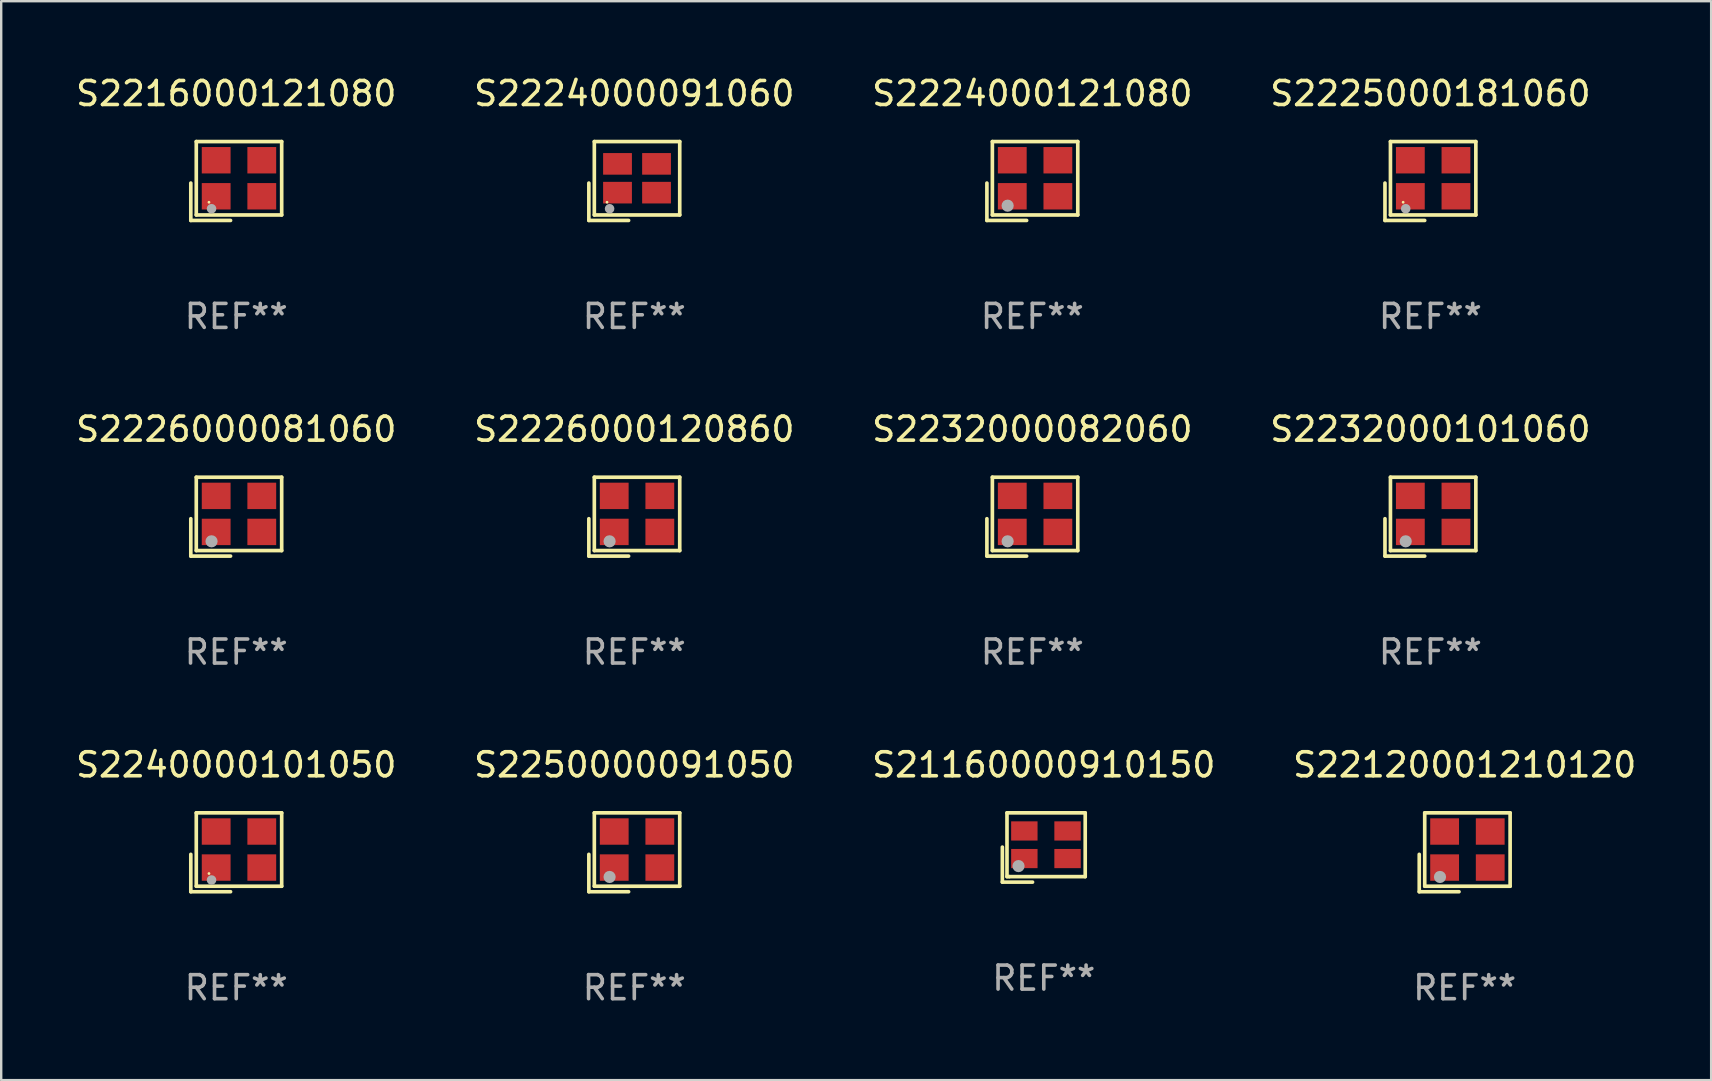
<source format=kicad_pcb>
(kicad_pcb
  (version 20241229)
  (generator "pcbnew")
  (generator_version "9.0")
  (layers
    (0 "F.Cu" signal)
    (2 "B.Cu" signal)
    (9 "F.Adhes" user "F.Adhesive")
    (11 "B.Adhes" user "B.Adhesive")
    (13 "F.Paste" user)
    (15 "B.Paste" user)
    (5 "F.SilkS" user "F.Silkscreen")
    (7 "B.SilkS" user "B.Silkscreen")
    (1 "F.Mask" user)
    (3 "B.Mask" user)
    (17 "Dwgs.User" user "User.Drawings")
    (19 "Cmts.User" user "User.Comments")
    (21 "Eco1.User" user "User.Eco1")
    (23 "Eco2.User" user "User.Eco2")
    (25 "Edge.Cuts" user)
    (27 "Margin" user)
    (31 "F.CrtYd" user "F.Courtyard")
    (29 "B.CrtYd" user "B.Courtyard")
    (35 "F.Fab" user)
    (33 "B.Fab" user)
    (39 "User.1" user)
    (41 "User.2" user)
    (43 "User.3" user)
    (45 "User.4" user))
  (footprint "S2250000091050"
    (layer "F.Cu")
    (at 23.375 32.457)
    (property "Reference" "S2250000091050" (at 0 -3.643 0) (layer "F.SilkS") (effects (font (size 1 1) (thickness 0.15))))
    (attr through_hole)
    (fp_line (start -1.893 0.086) (end -1.893 1.643) (stroke (width 0.152) (type solid)) (layer "F.SilkS"))
    (fp_line (start -1.893 1.643) (end -0.237 1.643) (stroke (width 0.152) (type solid)) (layer "F.SilkS"))
    (fp_line (start -1.665 -1.643) (end 1.893 -1.643) (stroke (width 0.152) (type solid)) (layer "F.SilkS"))
    (fp_line (start -1.665 1.414) (end -1.665 -1.643) (stroke (width 0.152) (type solid)) (layer "F.SilkS"))
    (fp_line (start 1.893 -1.643) (end 1.893 1.414) (stroke (width 0.152) (type solid)) (layer "F.SilkS"))
    (fp_line (start 1.893 1.414) (end -1.665 1.414) (stroke (width 0.152) (type solid)) (layer "F.SilkS"))
    (fp_circle (center -1.136 0.885) (end -1.106 0.885) (stroke (width 0.06) (type solid)) (fill no) (layer "F.SilkS"))
    (fp_circle (center -1.029 1.028) (end -0.902 1.028) (stroke (width 0.254) (type solid)) (fill no) (layer "F.Fab"))
    (fp_text user "REF**" (at 0 5.643 0) (layer "F.Fab") (effects (font (size 1 1) (thickness 0.15))))
    (pad "1" smd rect (at -0.836 0.636) (size 1.2 1.1) (layers "F.Cu" "F.Mask" "F.Paste"))
    (pad "2" smd rect (at 1.064 0.636) (size 1.2 1.1) (layers "F.Cu" "F.Mask" "F.Paste"))
    (pad "3" smd rect (at 1.064 -0.865) (size 1.2 1.1) (layers "F.Cu" "F.Mask" "F.Paste"))
    (pad "4" smd rect (at -0.836 -0.865) (size 1.2 1.1) (layers "F.Cu" "F.Mask" "F.Paste")))
  (footprint "S2232000101060"
    (layer "F.Cu")
    (at 56.542 18.474)
    (property "Reference" "S2232000101060" (at 0 -3.643 0) (layer "F.SilkS") (effects (font (size 1 1) (thickness 0.15))))
    (attr through_hole)
    (fp_line (start -1.893 0.086) (end -1.893 1.643) (stroke (width 0.152) (type solid)) (layer "F.SilkS"))
    (fp_line (start -1.893 1.643) (end -0.237 1.643) (stroke (width 0.152) (type solid)) (layer "F.SilkS"))
    (fp_line (start -1.665 -1.643) (end 1.893 -1.643) (stroke (width 0.152) (type solid)) (layer "F.SilkS"))
    (fp_line (start -1.665 1.414) (end -1.665 -1.643) (stroke (width 0.152) (type solid)) (layer "F.SilkS"))
    (fp_line (start 1.893 -1.643) (end 1.893 1.414) (stroke (width 0.152) (type solid)) (layer "F.SilkS"))
    (fp_line (start 1.893 1.414) (end -1.665 1.414) (stroke (width 0.152) (type solid)) (layer "F.SilkS"))
    (fp_circle (center -1.136 0.885) (end -1.106 0.885) (stroke (width 0.06) (type solid)) (fill no) (layer "F.SilkS"))
    (fp_circle (center -1.029 1.028) (end -0.902 1.028) (stroke (width 0.254) (type solid)) (fill no) (layer "F.Fab"))
    (fp_text user "REF**" (at 0 5.643 0) (layer "F.Fab") (effects (font (size 1 1) (thickness 0.15))))
    (pad "1" smd rect (at -0.836 0.636) (size 1.2 1.1) (layers "F.Cu" "F.Mask" "F.Paste"))
    (pad "2" smd rect (at 1.064 0.636) (size 1.2 1.1) (layers "F.Cu" "F.Mask" "F.Paste"))
    (pad "3" smd rect (at 1.064 -0.865) (size 1.2 1.1) (layers "F.Cu" "F.Mask" "F.Paste"))
    (pad "4" smd rect (at -0.836 -0.865) (size 1.2 1.1) (layers "F.Cu" "F.Mask" "F.Paste")))
  (footprint "S2225000181060"
    (layer "F.Cu")
    (at 56.542 4.491)
    (property "Reference" "S2225000181060" (at 0 -3.643 0) (layer "F.SilkS") (effects (font (size 1 1) (thickness 0.15))))
    (attr through_hole)
    (fp_line (start -1.893 0.086) (end -1.893 1.643) (stroke (width 0.152) (type solid)) (layer "F.SilkS"))
    (fp_line (start -1.893 1.643) (end -0.237 1.643) (stroke (width 0.152) (type solid)) (layer "F.SilkS"))
    (fp_line (start -1.665 -1.643) (end 1.893 -1.643) (stroke (width 0.152) (type solid)) (layer "F.SilkS"))
    (fp_line (start -1.665 1.414) (end -1.665 -1.643) (stroke (width 0.152) (type solid)) (layer "F.SilkS"))
    (fp_line (start 1.893 -1.643) (end 1.893 1.414) (stroke (width 0.152) (type solid)) (layer "F.SilkS"))
    (fp_line (start 1.893 1.414) (end -1.665 1.414) (stroke (width 0.152) (type solid)) (layer "F.SilkS"))
    (fp_circle (center -1.136 0.885) (end -1.106 0.885) (stroke (width 0.06) (type solid)) (fill no) (layer "F.SilkS"))
    (fp_circle (center -1.029 1.155) (end -0.929 1.155) (stroke (width 0.2) (type solid)) (fill no) (layer "F.Fab"))
    (fp_text user "REF**" (at 0 5.643 0) (layer "F.Fab") (effects (font (size 1 1) (thickness 0.15))))
    (pad "1" smd rect (at -0.836 0.636) (size 1.2 1.1) (layers "F.Cu" "F.Mask" "F.Paste"))
    (pad "2" smd rect (at 1.064 0.636) (size 1.2 1.1) (layers "F.Cu" "F.Mask" "F.Paste"))
    (pad "3" smd rect (at 1.064 -0.865) (size 1.2 1.1) (layers "F.Cu" "F.Mask" "F.Paste"))
    (pad "4" smd rect (at -0.836 -0.865) (size 1.2 1.1) (layers "F.Cu" "F.Mask" "F.Paste")))
  (footprint "S21160000910150"
    (layer "F.Cu")
    (at 40.435 32.257)
    (property "Reference" "S21160000910150" (at 0 -3.443 0) (layer "F.SilkS") (effects (font (size 1 1) (thickness 0.15))))
    (attr through_hole)
    (fp_line (start -1.726 -0.015) (end -1.726 1.443) (stroke (width 0.152) (type solid)) (layer "F.SilkS"))
    (fp_line (start -1.726 1.443) (end -0.469 1.443) (stroke (width 0.152) (type solid)) (layer "F.SilkS"))
    (fp_line (start -1.533 -1.443) (end 1.726 -1.443) (stroke (width 0.152) (type solid)) (layer "F.SilkS"))
    (fp_line (start -1.533 1.214) (end -1.533 -1.443) (stroke (width 0.152) (type solid)) (layer "F.SilkS"))
    (fp_line (start -1.439 1.214) (end -1.533 1.214) (stroke (width 0.152) (type solid)) (layer "F.SilkS"))
    (fp_line (start 1.726 -1.443) (end 1.726 1.214) (stroke (width 0.152) (type solid)) (layer "F.SilkS"))
    (fp_line (start 1.726 1.214) (end -1.439 1.214) (stroke (width 0.152) (type solid)) (layer "F.SilkS"))
    (fp_circle (center -0.91 0.686) (end -0.88 0.686) (stroke (width 0.06) (type solid)) (fill no) (layer "F.SilkS"))
    (fp_circle (center -1.053 0.775) (end -0.926 0.775) (stroke (width 0.254) (type solid)) (fill no) (layer "F.Fab"))
    (fp_text user "REF**" (at 0 5.443 0) (layer "F.Fab") (effects (font (size 1 1) (thickness 0.15))))
    (pad "1" smd rect (at -0.81 0.461) (size 1.1 0.8) (layers "F.Cu" "F.Mask" "F.Paste"))
    (pad "2" smd rect (at 0.99 0.461) (size 1.1 0.8) (layers "F.Cu" "F.Mask" "F.Paste"))
    (pad "3" smd rect (at 0.99 -0.689) (size 1.1 0.8) (layers "F.Cu" "F.Mask" "F.Paste"))
    (pad "4" smd rect (at -0.81 -0.689) (size 1.1 0.8) (layers "F.Cu" "F.Mask" "F.Paste")))
  (footprint "S2224000091060"
    (layer "F.Cu")
    (at 23.375 4.491)
    (property "Reference" "S2224000091060" (at 0 -3.643 0) (layer "F.SilkS") (effects (font (size 1 1) (thickness 0.15))))
    (attr through_hole)
    (fp_line (start -1.893 0.086) (end -1.893 1.643) (stroke (width 0.152) (type solid)) (layer "F.SilkS"))
    (fp_line (start -1.893 1.643) (end -0.237 1.643) (stroke (width 0.152) (type solid)) (layer "F.SilkS"))
    (fp_line (start -1.665 -1.643) (end 1.893 -1.643) (stroke (width 0.152) (type solid)) (layer "F.SilkS"))
    (fp_line (start -1.665 1.414) (end -1.665 -1.643) (stroke (width 0.152) (type solid)) (layer "F.SilkS"))
    (fp_line (start 1.893 -1.643) (end 1.893 1.414) (stroke (width 0.152) (type solid)) (layer "F.SilkS"))
    (fp_line (start 1.893 1.414) (end -1.665 1.414) (stroke (width 0.152) (type solid)) (layer "F.SilkS"))
    (fp_circle (center -1.136 0.885) (end -1.106 0.885) (stroke (width 0.06) (type solid)) (fill no) (layer "F.SilkS"))
    (fp_circle (center -1.029 1.155) (end -0.929 1.155) (stroke (width 0.2) (type solid)) (fill no) (layer "F.Fab"))
    (fp_text user "REF**" (at 0 5.643 0) (layer "F.Fab") (effects (font (size 1 1) (thickness 0.15))))
    (pad "1" smd rect (at -0.699 0.485) (size 1.2 0.9) (layers "F.Cu" "F.Mask" "F.Paste"))
    (pad "2" smd rect (at 0.927 0.485) (size 1.2 0.9) (layers "F.Cu" "F.Mask" "F.Paste"))
    (pad "3" smd rect (at 0.927 -0.714) (size 1.2 0.9) (layers "F.Cu" "F.Mask" "F.Paste"))
    (pad "4" smd rect (at -0.699 -0.714) (size 1.2 0.9) (layers "F.Cu" "F.Mask" "F.Paste")))
  (footprint "S2224000121080"
    (layer "F.Cu")
    (at 39.958 4.491)
    (property "Reference" "S2224000121080" (at 0 -3.643 0) (layer "F.SilkS") (effects (font (size 1 1) (thickness 0.15))))
    (attr through_hole)
    (fp_line (start -1.893 0.086) (end -1.893 1.643) (stroke (width 0.152) (type solid)) (layer "F.SilkS"))
    (fp_line (start -1.893 1.643) (end -0.237 1.643) (stroke (width 0.152) (type solid)) (layer "F.SilkS"))
    (fp_line (start -1.665 -1.643) (end 1.893 -1.643) (stroke (width 0.152) (type solid)) (layer "F.SilkS"))
    (fp_line (start -1.665 1.414) (end -1.665 -1.643) (stroke (width 0.152) (type solid)) (layer "F.SilkS"))
    (fp_line (start 1.893 -1.643) (end 1.893 1.414) (stroke (width 0.152) (type solid)) (layer "F.SilkS"))
    (fp_line (start 1.893 1.414) (end -1.665 1.414) (stroke (width 0.152) (type solid)) (layer "F.SilkS"))
    (fp_circle (center -1.136 0.885) (end -1.106 0.885) (stroke (width 0.06) (type solid)) (fill no) (layer "F.SilkS"))
    (fp_circle (center -1.029 1.028) (end -0.902 1.028) (stroke (width 0.254) (type solid)) (fill no) (layer "F.Fab"))
    (fp_text user "REF**" (at 0 5.643 0) (layer "F.Fab") (effects (font (size 1 1) (thickness 0.15))))
    (pad "1" smd rect (at -0.836 0.636) (size 1.2 1.1) (layers "F.Cu" "F.Mask" "F.Paste"))
    (pad "2" smd rect (at 1.064 0.636) (size 1.2 1.1) (layers "F.Cu" "F.Mask" "F.Paste"))
    (pad "3" smd rect (at 1.064 -0.865) (size 1.2 1.1) (layers "F.Cu" "F.Mask" "F.Paste"))
    (pad "4" smd rect (at -0.836 -0.865) (size 1.2 1.1) (layers "F.Cu" "F.Mask" "F.Paste")))
  (footprint "S2226000120860"
    (layer "F.Cu")
    (at 23.375 18.474)
    (property "Reference" "S2226000120860" (at 0 -3.643 0) (layer "F.SilkS") (effects (font (size 1 1) (thickness 0.15))))
    (attr through_hole)
    (fp_line (start -1.893 0.086) (end -1.893 1.643) (stroke (width 0.152) (type solid)) (layer "F.SilkS"))
    (fp_line (start -1.893 1.643) (end -0.237 1.643) (stroke (width 0.152) (type solid)) (layer "F.SilkS"))
    (fp_line (start -1.665 -1.643) (end 1.893 -1.643) (stroke (width 0.152) (type solid)) (layer "F.SilkS"))
    (fp_line (start -1.665 1.414) (end -1.665 -1.643) (stroke (width 0.152) (type solid)) (layer "F.SilkS"))
    (fp_line (start 1.893 -1.643) (end 1.893 1.414) (stroke (width 0.152) (type solid)) (layer "F.SilkS"))
    (fp_line (start 1.893 1.414) (end -1.665 1.414) (stroke (width 0.152) (type solid)) (layer "F.SilkS"))
    (fp_circle (center -1.136 0.885) (end -1.106 0.885) (stroke (width 0.06) (type solid)) (fill no) (layer "F.SilkS"))
    (fp_circle (center -1.029 1.028) (end -0.902 1.028) (stroke (width 0.254) (type solid)) (fill no) (layer "F.Fab"))
    (fp_text user "REF**" (at 0 5.643 0) (layer "F.Fab") (effects (font (size 1 1) (thickness 0.15))))
    (pad "1" smd rect (at -0.836 0.636) (size 1.2 1.1) (layers "F.Cu" "F.Mask" "F.Paste"))
    (pad "2" smd rect (at 1.064 0.636) (size 1.2 1.1) (layers "F.Cu" "F.Mask" "F.Paste"))
    (pad "3" smd rect (at 1.064 -0.865) (size 1.2 1.1) (layers "F.Cu" "F.Mask" "F.Paste"))
    (pad "4" smd rect (at -0.836 -0.865) (size 1.2 1.1) (layers "F.Cu" "F.Mask" "F.Paste")))
  (footprint "S2232000082060"
    (layer "F.Cu")
    (at 39.958 18.474)
    (property "Reference" "S2232000082060" (at 0 -3.643 0) (layer "F.SilkS") (effects (font (size 1 1) (thickness 0.15))))
    (attr through_hole)
    (fp_line (start -1.893 0.086) (end -1.893 1.643) (stroke (width 0.152) (type solid)) (layer "F.SilkS"))
    (fp_line (start -1.893 1.643) (end -0.237 1.643) (stroke (width 0.152) (type solid)) (layer "F.SilkS"))
    (fp_line (start -1.665 -1.643) (end 1.893 -1.643) (stroke (width 0.152) (type solid)) (layer "F.SilkS"))
    (fp_line (start -1.665 1.414) (end -1.665 -1.643) (stroke (width 0.152) (type solid)) (layer "F.SilkS"))
    (fp_line (start 1.893 -1.643) (end 1.893 1.414) (stroke (width 0.152) (type solid)) (layer "F.SilkS"))
    (fp_line (start 1.893 1.414) (end -1.665 1.414) (stroke (width 0.152) (type solid)) (layer "F.SilkS"))
    (fp_circle (center -1.136 0.885) (end -1.106 0.885) (stroke (width 0.06) (type solid)) (fill no) (layer "F.SilkS"))
    (fp_circle (center -1.029 1.028) (end -0.902 1.028) (stroke (width 0.254) (type solid)) (fill no) (layer "F.Fab"))
    (fp_text user "REF**" (at 0 5.643 0) (layer "F.Fab") (effects (font (size 1 1) (thickness 0.15))))
    (pad "1" smd rect (at -0.836 0.636) (size 1.2 1.1) (layers "F.Cu" "F.Mask" "F.Paste"))
    (pad "2" smd rect (at 1.064 0.636) (size 1.2 1.1) (layers "F.Cu" "F.Mask" "F.Paste"))
    (pad "3" smd rect (at 1.064 -0.865) (size 1.2 1.1) (layers "F.Cu" "F.Mask" "F.Paste"))
    (pad "4" smd rect (at -0.836 -0.865) (size 1.2 1.1) (layers "F.Cu" "F.Mask" "F.Paste")))
  (footprint "S2240000101050"
    (layer "F.Cu")
    (at 6.792 32.457)
    (property "Reference" "S2240000101050" (at 0 -3.643 0) (layer "F.SilkS") (effects (font (size 1 1) (thickness 0.15))))
    (attr through_hole)
    (fp_line (start -1.893 0.086) (end -1.893 1.643) (stroke (width 0.152) (type solid)) (layer "F.SilkS"))
    (fp_line (start -1.893 1.643) (end -0.237 1.643) (stroke (width 0.152) (type solid)) (layer "F.SilkS"))
    (fp_line (start -1.665 -1.643) (end 1.893 -1.643) (stroke (width 0.152) (type solid)) (layer "F.SilkS"))
    (fp_line (start -1.665 1.414) (end -1.665 -1.643) (stroke (width 0.152) (type solid)) (layer "F.SilkS"))
    (fp_line (start 1.893 -1.643) (end 1.893 1.414) (stroke (width 0.152) (type solid)) (layer "F.SilkS"))
    (fp_line (start 1.893 1.414) (end -1.665 1.414) (stroke (width 0.152) (type solid)) (layer "F.SilkS"))
    (fp_circle (center -1.136 0.885) (end -1.106 0.885) (stroke (width 0.06) (type solid)) (fill no) (layer "F.SilkS"))
    (fp_circle (center -1.029 1.155) (end -0.929 1.155) (stroke (width 0.2) (type solid)) (fill no) (layer "F.Fab"))
    (fp_text user "REF**" (at 0 5.643 0) (layer "F.Fab") (effects (font (size 1 1) (thickness 0.15))))
    (pad "1" smd rect (at -0.836 0.636) (size 1.2 1.1) (layers "F.Cu" "F.Mask" "F.Paste"))
    (pad "2" smd rect (at 1.064 0.636) (size 1.2 1.1) (layers "F.Cu" "F.Mask" "F.Paste"))
    (pad "3" smd rect (at 1.064 -0.865) (size 1.2 1.1) (layers "F.Cu" "F.Mask" "F.Paste"))
    (pad "4" smd rect (at -0.836 -0.865) (size 1.2 1.1) (layers "F.Cu" "F.Mask" "F.Paste")))
  (footprint "S2216000121080"
    (layer "F.Cu")
    (at 6.792 4.491)
    (property "Reference" "S2216000121080" (at 0 -3.643 0) (layer "F.SilkS") (effects (font (size 1 1) (thickness 0.15))))
    (attr through_hole)
    (fp_line (start -1.893 0.086) (end -1.893 1.643) (stroke (width 0.152) (type solid)) (layer "F.SilkS"))
    (fp_line (start -1.893 1.643) (end -0.237 1.643) (stroke (width 0.152) (type solid)) (layer "F.SilkS"))
    (fp_line (start -1.665 -1.643) (end 1.893 -1.643) (stroke (width 0.152) (type solid)) (layer "F.SilkS"))
    (fp_line (start -1.665 1.414) (end -1.665 -1.643) (stroke (width 0.152) (type solid)) (layer "F.SilkS"))
    (fp_line (start 1.893 -1.643) (end 1.893 1.414) (stroke (width 0.152) (type solid)) (layer "F.SilkS"))
    (fp_line (start 1.893 1.414) (end -1.665 1.414) (stroke (width 0.152) (type solid)) (layer "F.SilkS"))
    (fp_circle (center -1.136 0.885) (end -1.106 0.885) (stroke (width 0.06) (type solid)) (fill no) (layer "F.SilkS"))
    (fp_circle (center -1.029 1.155) (end -0.929 1.155) (stroke (width 0.2) (type solid)) (fill no) (layer "F.Fab"))
    (fp_text user "REF**" (at 0 5.643 0) (layer "F.Fab") (effects (font (size 1 1) (thickness 0.15))))
    (pad "1" smd rect (at -0.836 0.636) (size 1.2 1.1) (layers "F.Cu" "F.Mask" "F.Paste"))
    (pad "2" smd rect (at 1.064 0.636) (size 1.2 1.1) (layers "F.Cu" "F.Mask" "F.Paste"))
    (pad "3" smd rect (at 1.064 -0.865) (size 1.2 1.1) (layers "F.Cu" "F.Mask" "F.Paste"))
    (pad "4" smd rect (at -0.836 -0.865) (size 1.2 1.1) (layers "F.Cu" "F.Mask" "F.Paste")))
  (footprint "S22120001210120"
    (layer "F.Cu")
    (at 57.97 32.457)
    (property "Reference" "S22120001210120" (at 0 -3.643 0) (layer "F.SilkS") (effects (font (size 1 1) (thickness 0.15))))
    (attr through_hole)
    (fp_line (start -1.893 0.086) (end -1.893 1.643) (stroke (width 0.152) (type solid)) (layer "F.SilkS"))
    (fp_line (start -1.893 1.643) (end -0.237 1.643) (stroke (width 0.152) (type solid)) (layer "F.SilkS"))
    (fp_line (start -1.665 -1.643) (end 1.893 -1.643) (stroke (width 0.152) (type solid)) (layer "F.SilkS"))
    (fp_line (start -1.665 1.414) (end -1.665 -1.643) (stroke (width 0.152) (type solid)) (layer "F.SilkS"))
    (fp_line (start 1.893 -1.643) (end 1.893 1.414) (stroke (width 0.152) (type solid)) (layer "F.SilkS"))
    (fp_line (start 1.893 1.414) (end -1.665 1.414) (stroke (width 0.152) (type solid)) (layer "F.SilkS"))
    (fp_circle (center -1.136 0.885) (end -1.106 0.885) (stroke (width 0.06) (type solid)) (fill no) (layer "F.SilkS"))
    (fp_circle (center -1.029 1.028) (end -0.902 1.028) (stroke (width 0.254) (type solid)) (fill no) (layer "F.Fab"))
    (fp_text user "REF**" (at 0 5.643 0) (layer "F.Fab") (effects (font (size 1 1) (thickness 0.15))))
    (pad "1" smd rect (at -0.836 0.636) (size 1.2 1.1) (layers "F.Cu" "F.Mask" "F.Paste"))
    (pad "2" smd rect (at 1.064 0.636) (size 1.2 1.1) (layers "F.Cu" "F.Mask" "F.Paste"))
    (pad "3" smd rect (at 1.064 -0.865) (size 1.2 1.1) (layers "F.Cu" "F.Mask" "F.Paste"))
    (pad "4" smd rect (at -0.836 -0.865) (size 1.2 1.1) (layers "F.Cu" "F.Mask" "F.Paste")))
  (footprint "S2226000081060"
    (layer "F.Cu")
    (at 6.792 18.474)
    (property "Reference" "S2226000081060" (at 0 -3.643 0) (layer "F.SilkS") (effects (font (size 1 1) (thickness 0.15))))
    (attr through_hole)
    (fp_line (start -1.893 0.086) (end -1.893 1.643) (stroke (width 0.152) (type solid)) (layer "F.SilkS"))
    (fp_line (start -1.893 1.643) (end -0.237 1.643) (stroke (width 0.152) (type solid)) (layer "F.SilkS"))
    (fp_line (start -1.665 -1.643) (end 1.893 -1.643) (stroke (width 0.152) (type solid)) (layer "F.SilkS"))
    (fp_line (start -1.665 1.414) (end -1.665 -1.643) (stroke (width 0.152) (type solid)) (layer "F.SilkS"))
    (fp_line (start 1.893 -1.643) (end 1.893 1.414) (stroke (width 0.152) (type solid)) (layer "F.SilkS"))
    (fp_line (start 1.893 1.414) (end -1.665 1.414) (stroke (width 0.152) (type solid)) (layer "F.SilkS"))
    (fp_circle (center -1.136 0.885) (end -1.106 0.885) (stroke (width 0.06) (type solid)) (fill no) (layer "F.SilkS"))
    (fp_circle (center -1.029 1.028) (end -0.902 1.028) (stroke (width 0.254) (type solid)) (fill no) (layer "F.Fab"))
    (fp_text user "REF**" (at 0 5.643 0) (layer "F.Fab") (effects (font (size 1 1) (thickness 0.15))))
    (pad "1" smd rect (at -0.836 0.636) (size 1.2 1.1) (layers "F.Cu" "F.Mask" "F.Paste"))
    (pad "2" smd rect (at 1.064 0.636) (size 1.2 1.1) (layers "F.Cu" "F.Mask" "F.Paste"))
    (pad "3" smd rect (at 1.064 -0.865) (size 1.2 1.1) (layers "F.Cu" "F.Mask" "F.Paste"))
    (pad "4" smd rect (at -0.836 -0.865) (size 1.2 1.1) (layers "F.Cu" "F.Mask" "F.Paste")))
  (gr_rect
    (start -3 -3)
    (end 68.238 41.948)
    (stroke (width 0.1) (type default))
    (fill no)
    (layer "Edge.Cuts")))
</source>
